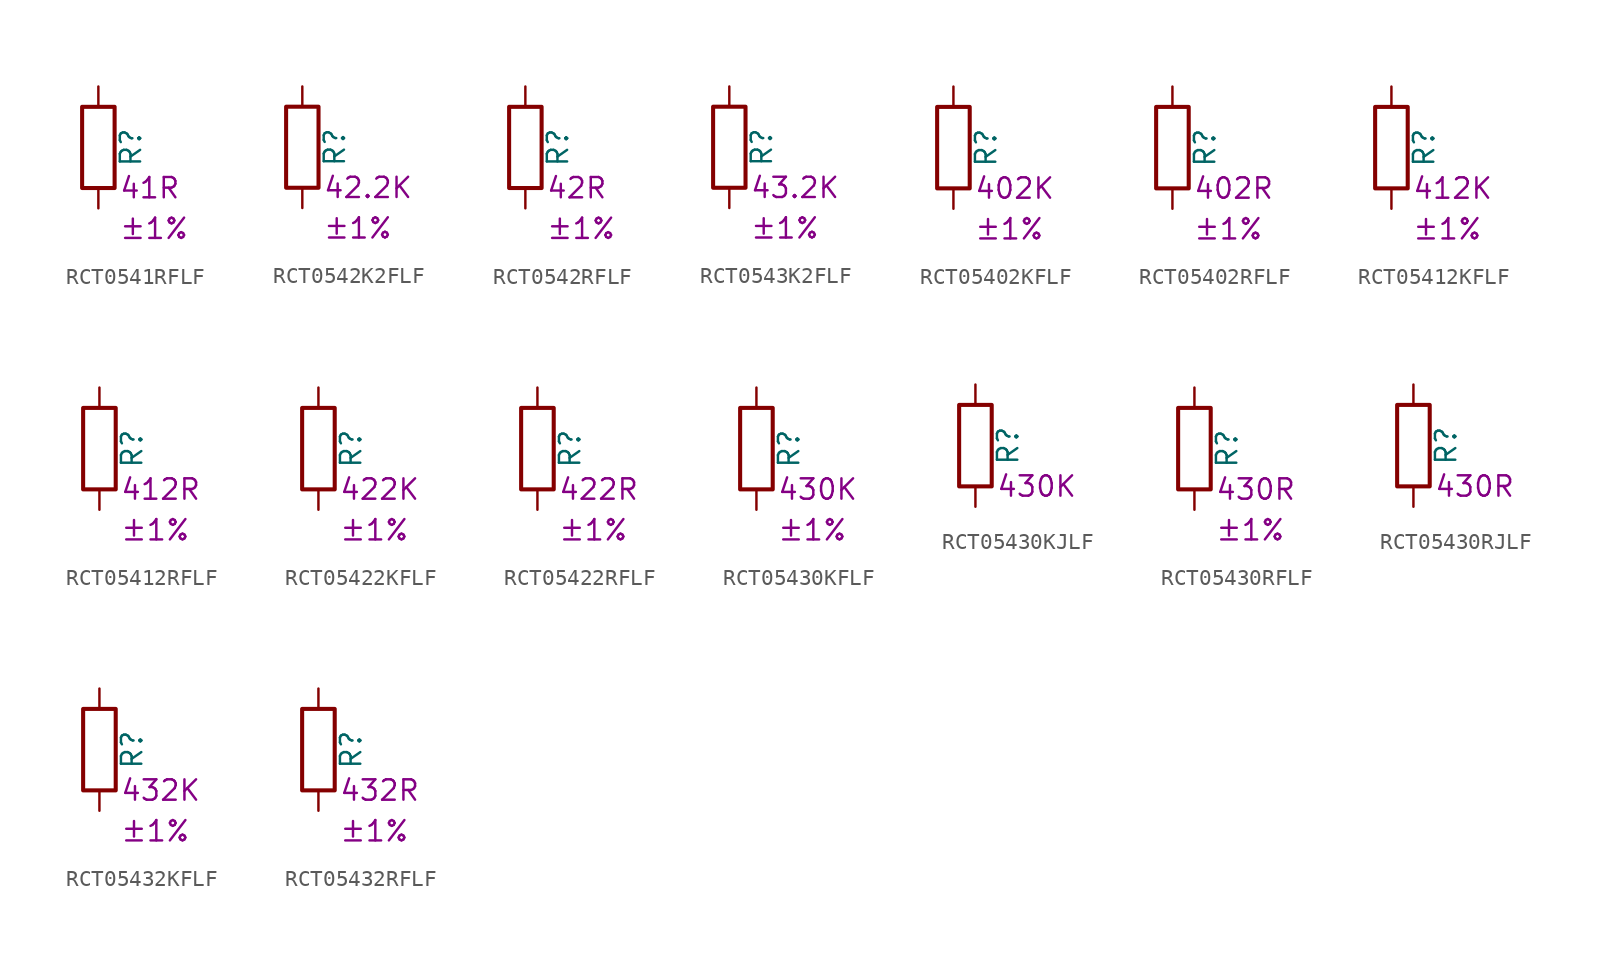
<source format=kicad_sym>
(kicad_symbol_lib
  (version 20220914)
  (generator kicad_symbol_editor)
  (symbol "RCT0541RFLF"
    (pin_numbers hide)
    (pin_names
      (offset 0))
    (property "Reference" "R"
      (at 2.032 0 90)
      (effects (font (size 1.27 1.27))))
    (property "Resistance" "41R"
      (at 1.27 -2.54 0)
      (effects (font (size 1.27 1.27)) (justify left)))
    (property "Tolerance" "±1%"
      (at 1.27 -5.08 0)
      (effects (font (size 1.27 1.27)) (justify left)))
    (symbol "RCT0541RFLF_0_1"
      (rectangle (start -1.016 -2.54) (end 1.016 2.54) (stroke (width 0.254) (type default)) (fill (type none))))
    (symbol "RCT0541RFLF_1_1"
      (pin passive line (at 0 3.81 270) (length 1.27) (name "~" (effects (font (size 1.27 1.27)))) (number "1" (effects (font (size 1.27 1.27)))))
      (pin passive line (at 0 -3.81 90) (length 1.27) (name "~" (effects (font (size 1.27 1.27)))) (number "2" (effects (font (size 1.27 1.27)))))))
  (symbol "RCT0542K2FLF"
    (pin_numbers hide)
    (pin_names
      (offset 0))
    (property "Reference" "R"
      (at 2.032 0 90)
      (effects (font (size 1.27 1.27))))
    (property "Resistance" "42.2K"
      (at 1.27 -2.54 0)
      (effects (font (size 1.27 1.27)) (justify left)))
    (property "Tolerance" "±1%"
      (at 1.27 -5.08 0)
      (effects (font (size 1.27 1.27)) (justify left)))
    (symbol "RCT0542K2FLF_0_1"
      (rectangle (start -1.016 -2.54) (end 1.016 2.54) (stroke (width 0.254) (type default)) (fill (type none))))
    (symbol "RCT0542K2FLF_1_1"
      (pin passive line (at 0 3.81 270) (length 1.27) (name "~" (effects (font (size 1.27 1.27)))) (number "1" (effects (font (size 1.27 1.27)))))
      (pin passive line (at 0 -3.81 90) (length 1.27) (name "~" (effects (font (size 1.27 1.27)))) (number "2" (effects (font (size 1.27 1.27)))))))
  (symbol "RCT0542RFLF"
    (pin_numbers hide)
    (pin_names
      (offset 0))
    (property "Reference" "R"
      (at 2.032 0 90)
      (effects (font (size 1.27 1.27))))
    (property "Resistance" "42R"
      (at 1.27 -2.54 0)
      (effects (font (size 1.27 1.27)) (justify left)))
    (property "Tolerance" "±1%"
      (at 1.27 -5.08 0)
      (effects (font (size 1.27 1.27)) (justify left)))
    (symbol "RCT0542RFLF_0_1"
      (rectangle (start -1.016 -2.54) (end 1.016 2.54) (stroke (width 0.254) (type default)) (fill (type none))))
    (symbol "RCT0542RFLF_1_1"
      (pin passive line (at 0 3.81 270) (length 1.27) (name "~" (effects (font (size 1.27 1.27)))) (number "1" (effects (font (size 1.27 1.27)))))
      (pin passive line (at 0 -3.81 90) (length 1.27) (name "~" (effects (font (size 1.27 1.27)))) (number "2" (effects (font (size 1.27 1.27)))))))
  (symbol "RCT0543K2FLF"
    (pin_numbers hide)
    (pin_names
      (offset 0))
    (property "Reference" "R"
      (at 2.032 0 90)
      (effects (font (size 1.27 1.27))))
    (property "Resistance" "43.2K"
      (at 1.27 -2.54 0)
      (effects (font (size 1.27 1.27)) (justify left)))
    (property "Tolerance" "±1%"
      (at 1.27 -5.08 0)
      (effects (font (size 1.27 1.27)) (justify left)))
    (symbol "RCT0543K2FLF_0_1"
      (rectangle (start -1.016 -2.54) (end 1.016 2.54) (stroke (width 0.254) (type default)) (fill (type none))))
    (symbol "RCT0543K2FLF_1_1"
      (pin passive line (at 0 3.81 270) (length 1.27) (name "~" (effects (font (size 1.27 1.27)))) (number "1" (effects (font (size 1.27 1.27)))))
      (pin passive line (at 0 -3.81 90) (length 1.27) (name "~" (effects (font (size 1.27 1.27)))) (number "2" (effects (font (size 1.27 1.27)))))))
  (symbol "RCT05402KFLF"
    (pin_numbers hide)
    (pin_names
      (offset 0))
    (property "Reference" "R"
      (at 2.032 0 90)
      (effects (font (size 1.27 1.27))))
    (property "Resistance" "402K"
      (at 1.27 -2.54 0)
      (effects (font (size 1.27 1.27)) (justify left)))
    (property "Tolerance" "±1%"
      (at 1.27 -5.08 0)
      (effects (font (size 1.27 1.27)) (justify left)))
    (symbol "RCT05402KFLF_0_1"
      (rectangle (start -1.016 -2.54) (end 1.016 2.54) (stroke (width 0.254) (type default)) (fill (type none))))
    (symbol "RCT05402KFLF_1_1"
      (pin passive line (at 0 3.81 270) (length 1.27) (name "~" (effects (font (size 1.27 1.27)))) (number "1" (effects (font (size 1.27 1.27)))))
      (pin passive line (at 0 -3.81 90) (length 1.27) (name "~" (effects (font (size 1.27 1.27)))) (number "2" (effects (font (size 1.27 1.27)))))))
  (symbol "RCT05402RFLF"
    (pin_numbers hide)
    (pin_names
      (offset 0))
    (property "Reference" "R"
      (at 2.032 0 90)
      (effects (font (size 1.27 1.27))))
    (property "Resistance" "402R"
      (at 1.27 -2.54 0)
      (effects (font (size 1.27 1.27)) (justify left)))
    (property "Tolerance" "±1%"
      (at 1.27 -5.08 0)
      (effects (font (size 1.27 1.27)) (justify left)))
    (symbol "RCT05402RFLF_0_1"
      (rectangle (start -1.016 -2.54) (end 1.016 2.54) (stroke (width 0.254) (type default)) (fill (type none))))
    (symbol "RCT05402RFLF_1_1"
      (pin passive line (at 0 3.81 270) (length 1.27) (name "~" (effects (font (size 1.27 1.27)))) (number "1" (effects (font (size 1.27 1.27)))))
      (pin passive line (at 0 -3.81 90) (length 1.27) (name "~" (effects (font (size 1.27 1.27)))) (number "2" (effects (font (size 1.27 1.27)))))))
  (symbol "RCT05412KFLF"
    (pin_numbers hide)
    (pin_names
      (offset 0))
    (property "Reference" "R"
      (at 2.032 0 90)
      (effects (font (size 1.27 1.27))))
    (property "Resistance" "412K"
      (at 1.27 -2.54 0)
      (effects (font (size 1.27 1.27)) (justify left)))
    (property "Tolerance" "±1%"
      (at 1.27 -5.08 0)
      (effects (font (size 1.27 1.27)) (justify left)))
    (symbol "RCT05412KFLF_0_1"
      (rectangle (start -1.016 -2.54) (end 1.016 2.54) (stroke (width 0.254) (type default)) (fill (type none))))
    (symbol "RCT05412KFLF_1_1"
      (pin passive line (at 0 3.81 270) (length 1.27) (name "~" (effects (font (size 1.27 1.27)))) (number "1" (effects (font (size 1.27 1.27)))))
      (pin passive line (at 0 -3.81 90) (length 1.27) (name "~" (effects (font (size 1.27 1.27)))) (number "2" (effects (font (size 1.27 1.27)))))))
  (symbol "RCT05412RFLF"
    (pin_numbers hide)
    (pin_names
      (offset 0))
    (property "Reference" "R"
      (at 2.032 0 90)
      (effects (font (size 1.27 1.27))))
    (property "Resistance" "412R"
      (at 1.27 -2.54 0)
      (effects (font (size 1.27 1.27)) (justify left)))
    (property "Tolerance" "±1%"
      (at 1.27 -5.08 0)
      (effects (font (size 1.27 1.27)) (justify left)))
    (symbol "RCT05412RFLF_0_1"
      (rectangle (start -1.016 -2.54) (end 1.016 2.54) (stroke (width 0.254) (type default)) (fill (type none))))
    (symbol "RCT05412RFLF_1_1"
      (pin passive line (at 0 3.81 270) (length 1.27) (name "~" (effects (font (size 1.27 1.27)))) (number "1" (effects (font (size 1.27 1.27)))))
      (pin passive line (at 0 -3.81 90) (length 1.27) (name "~" (effects (font (size 1.27 1.27)))) (number "2" (effects (font (size 1.27 1.27)))))))
  (symbol "RCT05422KFLF"
    (pin_numbers hide)
    (pin_names
      (offset 0))
    (property "Reference" "R"
      (at 2.032 0 90)
      (effects (font (size 1.27 1.27))))
    (property "Resistance" "422K"
      (at 1.27 -2.54 0)
      (effects (font (size 1.27 1.27)) (justify left)))
    (property "Tolerance" "±1%"
      (at 1.27 -5.08 0)
      (effects (font (size 1.27 1.27)) (justify left)))
    (symbol "RCT05422KFLF_0_1"
      (rectangle (start -1.016 -2.54) (end 1.016 2.54) (stroke (width 0.254) (type default)) (fill (type none))))
    (symbol "RCT05422KFLF_1_1"
      (pin passive line (at 0 3.81 270) (length 1.27) (name "~" (effects (font (size 1.27 1.27)))) (number "1" (effects (font (size 1.27 1.27)))))
      (pin passive line (at 0 -3.81 90) (length 1.27) (name "~" (effects (font (size 1.27 1.27)))) (number "2" (effects (font (size 1.27 1.27)))))))
  (symbol "RCT05422RFLF"
    (pin_numbers hide)
    (pin_names
      (offset 0))
    (property "Reference" "R"
      (at 2.032 0 90)
      (effects (font (size 1.27 1.27))))
    (property "Resistance" "422R"
      (at 1.27 -2.54 0)
      (effects (font (size 1.27 1.27)) (justify left)))
    (property "Tolerance" "±1%"
      (at 1.27 -5.08 0)
      (effects (font (size 1.27 1.27)) (justify left)))
    (symbol "RCT05422RFLF_0_1"
      (rectangle (start -1.016 -2.54) (end 1.016 2.54) (stroke (width 0.254) (type default)) (fill (type none))))
    (symbol "RCT05422RFLF_1_1"
      (pin passive line (at 0 3.81 270) (length 1.27) (name "~" (effects (font (size 1.27 1.27)))) (number "1" (effects (font (size 1.27 1.27)))))
      (pin passive line (at 0 -3.81 90) (length 1.27) (name "~" (effects (font (size 1.27 1.27)))) (number "2" (effects (font (size 1.27 1.27)))))))
  (symbol "RCT05430KFLF"
    (pin_numbers hide)
    (pin_names
      (offset 0))
    (property "Reference" "R"
      (at 2.032 0 90)
      (effects (font (size 1.27 1.27))))
    (property "Resistance" "430K"
      (at 1.27 -2.54 0)
      (effects (font (size 1.27 1.27)) (justify left)))
    (property "Tolerance" "±1%"
      (at 1.27 -5.08 0)
      (effects (font (size 1.27 1.27)) (justify left)))
    (symbol "RCT05430KFLF_0_1"
      (rectangle (start -1.016 -2.54) (end 1.016 2.54) (stroke (width 0.254) (type default)) (fill (type none))))
    (symbol "RCT05430KFLF_1_1"
      (pin passive line (at 0 3.81 270) (length 1.27) (name "~" (effects (font (size 1.27 1.27)))) (number "1" (effects (font (size 1.27 1.27)))))
      (pin passive line (at 0 -3.81 90) (length 1.27) (name "~" (effects (font (size 1.27 1.27)))) (number "2" (effects (font (size 1.27 1.27)))))))
  (symbol "RCT05430KJLF"
    (pin_numbers hide)
    (pin_names
      (offset 0))
    (property "Reference" "R"
      (at 2.032 0 90)
      (effects (font (size 1.27 1.27))))
    (property "Resistance" "430K"
      (at 1.27 -2.54 0)
      (effects (font (size 1.27 1.27)) (justify left)))
    (symbol "RCT05430KJLF_0_1"
      (rectangle (start -1.016 -2.54) (end 1.016 2.54) (stroke (width 0.254) (type default)) (fill (type none))))
    (symbol "RCT05430KJLF_1_1"
      (pin passive line (at 0 3.81 270) (length 1.27) (name "~" (effects (font (size 1.27 1.27)))) (number "1" (effects (font (size 1.27 1.27)))))
      (pin passive line (at 0 -3.81 90) (length 1.27) (name "~" (effects (font (size 1.27 1.27)))) (number "2" (effects (font (size 1.27 1.27)))))))
  (symbol "RCT05430RFLF"
    (pin_numbers hide)
    (pin_names
      (offset 0))
    (property "Reference" "R"
      (at 2.032 0 90)
      (effects (font (size 1.27 1.27))))
    (property "Resistance" "430R"
      (at 1.27 -2.54 0)
      (effects (font (size 1.27 1.27)) (justify left)))
    (property "Tolerance" "±1%"
      (at 1.27 -5.08 0)
      (effects (font (size 1.27 1.27)) (justify left)))
    (symbol "RCT05430RFLF_0_1"
      (rectangle (start -1.016 -2.54) (end 1.016 2.54) (stroke (width 0.254) (type default)) (fill (type none))))
    (symbol "RCT05430RFLF_1_1"
      (pin passive line (at 0 3.81 270) (length 1.27) (name "~" (effects (font (size 1.27 1.27)))) (number "1" (effects (font (size 1.27 1.27)))))
      (pin passive line (at 0 -3.81 90) (length 1.27) (name "~" (effects (font (size 1.27 1.27)))) (number "2" (effects (font (size 1.27 1.27)))))))
  (symbol "RCT05430RJLF"
    (pin_numbers hide)
    (pin_names
      (offset 0))
    (property "Reference" "R"
      (at 2.032 0 90)
      (effects (font (size 1.27 1.27))))
    (property "Resistance" "430R"
      (at 1.27 -2.54 0)
      (effects (font (size 1.27 1.27)) (justify left)))
    (symbol "RCT05430RJLF_0_1"
      (rectangle (start -1.016 -2.54) (end 1.016 2.54) (stroke (width 0.254) (type default)) (fill (type none))))
    (symbol "RCT05430RJLF_1_1"
      (pin passive line (at 0 3.81 270) (length 1.27) (name "~" (effects (font (size 1.27 1.27)))) (number "1" (effects (font (size 1.27 1.27)))))
      (pin passive line (at 0 -3.81 90) (length 1.27) (name "~" (effects (font (size 1.27 1.27)))) (number "2" (effects (font (size 1.27 1.27)))))))
  (symbol "RCT05432KFLF"
    (pin_numbers hide)
    (pin_names
      (offset 0))
    (property "Reference" "R"
      (at 2.032 0 90)
      (effects (font (size 1.27 1.27))))
    (property "Resistance" "432K"
      (at 1.27 -2.54 0)
      (effects (font (size 1.27 1.27)) (justify left)))
    (property "Tolerance" "±1%"
      (at 1.27 -5.08 0)
      (effects (font (size 1.27 1.27)) (justify left)))
    (symbol "RCT05432KFLF_0_1"
      (rectangle (start -1.016 -2.54) (end 1.016 2.54) (stroke (width 0.254) (type default)) (fill (type none))))
    (symbol "RCT05432KFLF_1_1"
      (pin passive line (at 0 3.81 270) (length 1.27) (name "~" (effects (font (size 1.27 1.27)))) (number "1" (effects (font (size 1.27 1.27)))))
      (pin passive line (at 0 -3.81 90) (length 1.27) (name "~" (effects (font (size 1.27 1.27)))) (number "2" (effects (font (size 1.27 1.27)))))))
  (symbol "RCT05432RFLF"
    (pin_numbers hide)
    (pin_names
      (offset 0))
    (property "Reference" "R"
      (at 2.032 0 90)
      (effects (font (size 1.27 1.27))))
    (property "Resistance" "432R"
      (at 1.27 -2.54 0)
      (effects (font (size 1.27 1.27)) (justify left)))
    (property "Tolerance" "±1%"
      (at 1.27 -5.08 0)
      (effects (font (size 1.27 1.27)) (justify left)))
    (symbol "RCT05432RFLF_0_1"
      (rectangle (start -1.016 -2.54) (end 1.016 2.54) (stroke (width 0.254) (type default)) (fill (type none))))
    (symbol "RCT05432RFLF_1_1"
      (pin passive line (at 0 3.81 270) (length 1.27) (name "~" (effects (font (size 1.27 1.27)))) (number "1" (effects (font (size 1.27 1.27)))))
      (pin passive line (at 0 -3.81 90) (length 1.27) (name "~" (effects (font (size 1.27 1.27)))) (number "2" (effects (font (size 1.27 1.27))))))))
</source>
